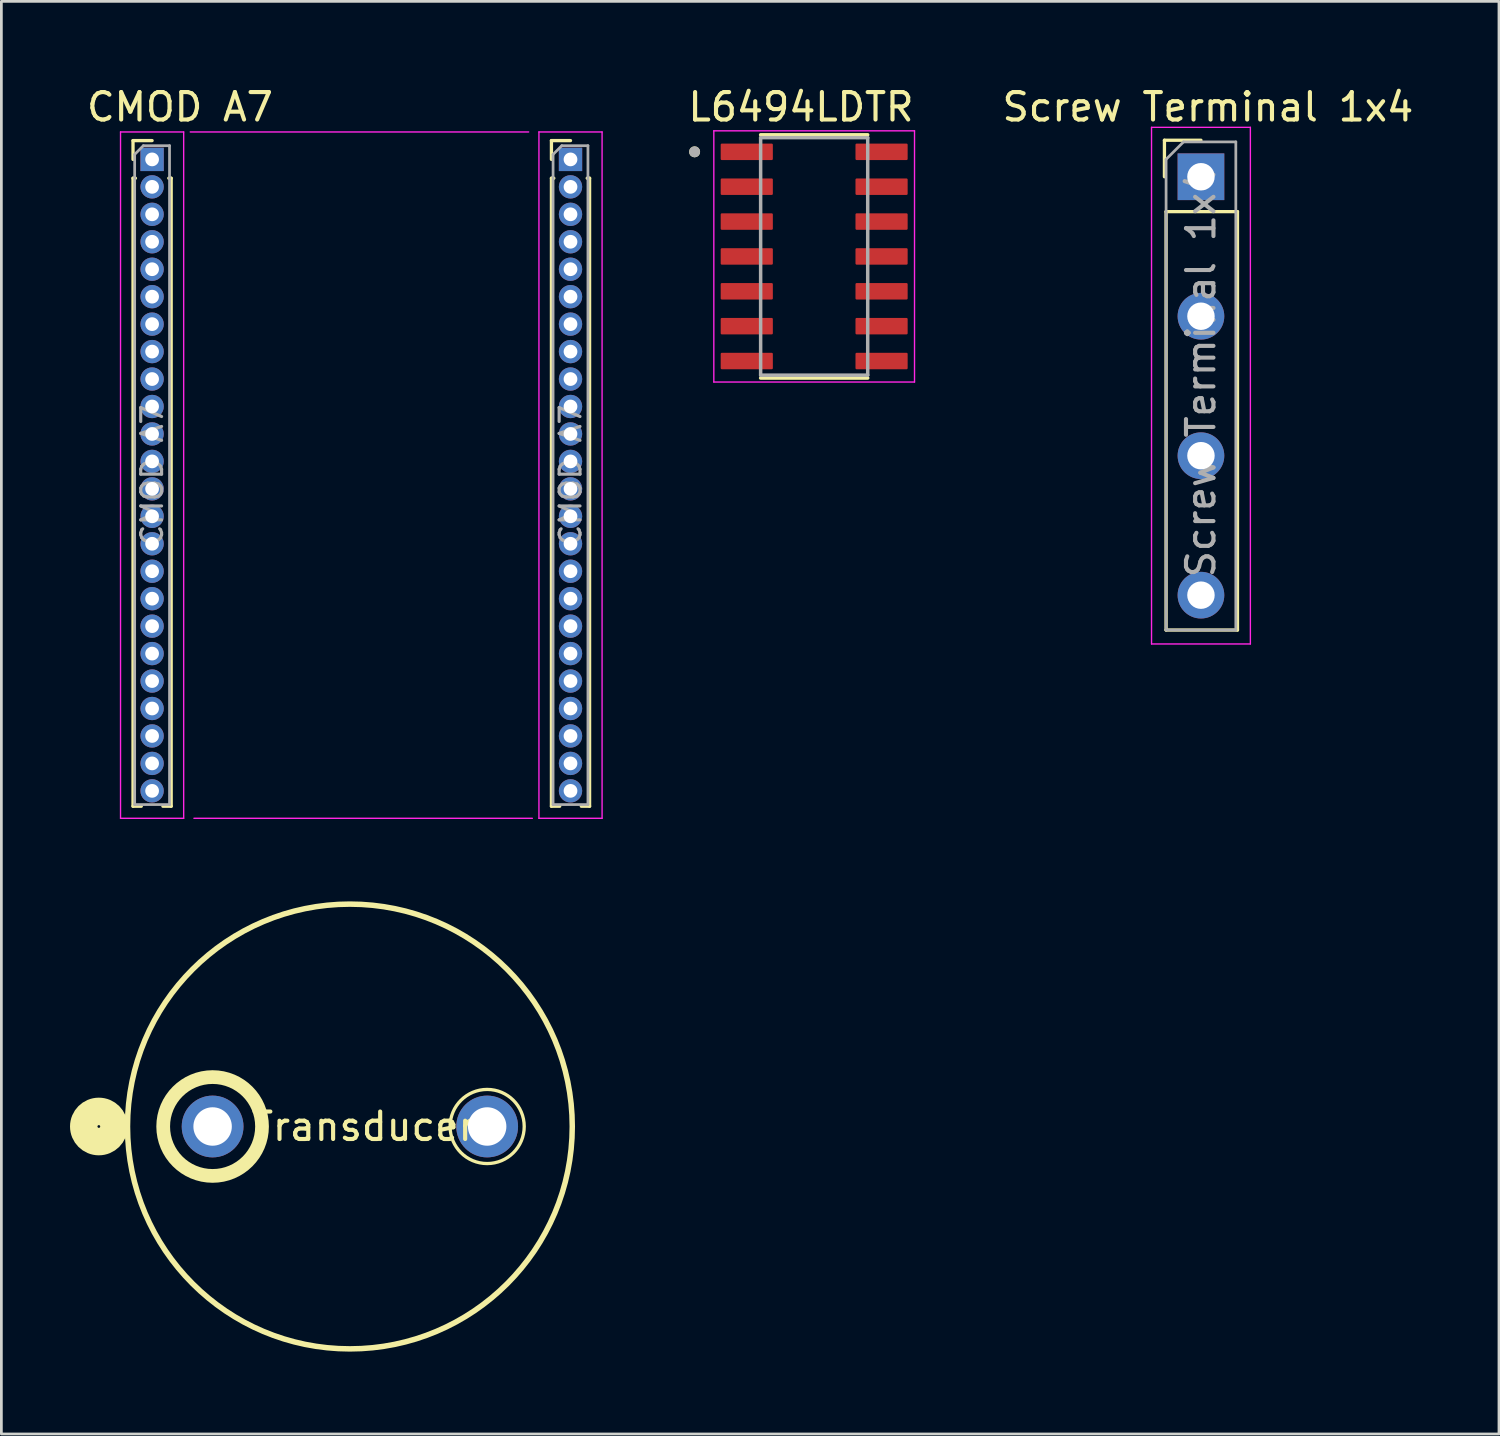
<source format=kicad_pcb>
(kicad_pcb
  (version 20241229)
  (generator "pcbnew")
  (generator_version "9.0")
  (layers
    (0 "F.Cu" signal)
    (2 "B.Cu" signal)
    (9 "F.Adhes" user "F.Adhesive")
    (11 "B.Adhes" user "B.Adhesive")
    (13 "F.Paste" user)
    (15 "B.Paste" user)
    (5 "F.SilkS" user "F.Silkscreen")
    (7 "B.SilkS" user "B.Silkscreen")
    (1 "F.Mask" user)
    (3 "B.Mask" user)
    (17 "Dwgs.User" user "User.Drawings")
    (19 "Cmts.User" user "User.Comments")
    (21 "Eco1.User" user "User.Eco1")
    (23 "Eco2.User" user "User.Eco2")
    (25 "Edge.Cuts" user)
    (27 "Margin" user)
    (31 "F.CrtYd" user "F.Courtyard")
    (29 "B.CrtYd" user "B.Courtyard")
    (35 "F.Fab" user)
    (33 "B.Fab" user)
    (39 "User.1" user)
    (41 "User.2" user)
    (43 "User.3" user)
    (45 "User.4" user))
  (footprint "Transducer"
    (layer "F.Cu")
    (at 9.694 37.981)
    (property "Reference" "Transducer" (at 0.508 0 0) (layer "F.SilkS") (effects (font (size 1 1) (thickness 0.15))))
    (attr through_hole)
    (fp_circle (center -9.144 0) (end -9.094 0) (stroke (width 1) (type solid)) (fill no) (layer "F.SilkS"))
    (fp_circle (center -5 0) (end -3.2 0) (stroke (width 0.5) (type solid)) (fill no) (layer "F.SilkS"))
    (fp_circle (center 0 0) (end 8.1 0) (stroke (width 0.2) (type solid)) (fill no) (layer "F.SilkS"))
    (fp_circle (center 5 0) (end 6.35 0) (stroke (width 0.12) (type solid)) (fill no) (layer "F.SilkS"))
    (pad "1" thru_hole circle (at -5 0) (size 2.25 2.25) (drill 1.4) (layers "*.Cu" "*.Mask"))
    (pad "2" thru_hole circle (at 5 0) (size 2.25 2.25) (drill 1.4) (layers "*.Cu" "*.Mask")))
  (footprint "Screw Terminal 1x4"
    (layer "F.Cu")
    (at 40.693 3.388)
    (property "Reference" "Screw Terminal 1x4" (at 0.254 -2.54 0) (layer "F.SilkS") (effects (font (size 1 1) (thickness 0.15))))
    (attr through_hole)
    (fp_line (start -1.33 -1.33) (end 0 -1.33) (stroke (width 0.12) (type solid)) (layer "F.SilkS"))
    (fp_line (start -1.33 0) (end -1.33 -1.33) (stroke (width 0.12) (type solid)) (layer "F.SilkS"))
    (fp_line (start -1.27 1.27) (end -1.27 16.51) (stroke (width 0.12) (type solid)) (layer "F.SilkS"))
    (fp_line (start -1.27 1.27) (end 1.33 1.27) (stroke (width 0.12) (type solid)) (layer "F.SilkS"))
    (fp_line (start -1.27 16.51) (end 1.33 16.51) (stroke (width 0.12) (type solid)) (layer "F.SilkS"))
    (fp_line (start 1.33 1.27) (end 1.33 16.51) (stroke (width 0.12) (type solid)) (layer "F.SilkS"))
    (fp_line (start -1.8 -1.8) (end -1.8 17.018) (stroke (width 0.05) (type solid)) (layer "F.CrtYd"))
    (fp_line (start -1.8 17.018) (end 1.8 17.018) (stroke (width 0.05) (type solid)) (layer "F.CrtYd"))
    (fp_line (start 1.8 -1.8) (end -1.8 -1.8) (stroke (width 0.05) (type solid)) (layer "F.CrtYd"))
    (fp_line (start 1.8 17.018) (end 1.8 -1.8) (stroke (width 0.05) (type solid)) (layer "F.CrtYd"))
    (fp_line (start -1.27 -0.635) (end -0.635 -1.27) (stroke (width 0.1) (type solid)) (layer "F.Fab"))
    (fp_line (start -1.27 16.51) (end -1.27 -0.635) (stroke (width 0.1) (type solid)) (layer "F.Fab"))
    (fp_line (start -0.635 -1.27) (end 1.27 -1.27) (stroke (width 0.1) (type solid)) (layer "F.Fab"))
    (fp_line (start 1.27 -1.27) (end 1.27 16.51) (stroke (width 0.1) (type solid)) (layer "F.Fab"))
    (fp_line (start 1.27 16.51) (end -1.27 16.51) (stroke (width 0.1) (type solid)) (layer "F.Fab"))
    (fp_text user "${REFERENCE}" (at 0 7.112 90) (layer "F.Fab") (effects (font (size 1 1) (thickness 0.15))))
    (pad "1" thru_hole rect (at 0 0) (size 1.7 1.7) (drill 1) (layers "*.Cu" "*.Mask"))
    (pad "2" thru_hole oval (at 0 5.08) (size 1.7 1.7) (drill 1) (layers "*.Cu" "*.Mask"))
    (pad "3" thru_hole oval (at 0 10.16) (size 1.7 1.7) (drill 1) (layers "*.Cu" "*.Mask"))
    (pad "4" thru_hole oval (at 0 15.24) (size 1.7 1.7) (drill 1) (layers "*.Cu" "*.Mask")))
  (footprint "L6494LDTR"
    (layer "F.Cu")
    (at 26.605 6.29)
    (property "Reference" "L6494LDTR" (at -0.48 -5.442 0) (layer "F.SilkS") (effects (font (size 1 1) (thickness 0.15))))
    (attr through_hole)
    (fp_line (start -1.95 -4.43) (end 1.95 -4.43) (stroke (width 0.127) (type solid)) (layer "F.SilkS"))
    (fp_line (start -1.95 4.43) (end 1.95 4.43) (stroke (width 0.127) (type solid)) (layer "F.SilkS"))
    (fp_circle (center -4.355 -3.81) (end -4.255 -3.81) (stroke (width 0.2) (type solid)) (fill no) (layer "F.SilkS"))
    (fp_line (start -3.655 -4.575) (end -3.655 4.575) (stroke (width 0.05) (type solid)) (layer "F.CrtYd"))
    (fp_line (start -3.655 -4.575) (end 3.655 -4.575) (stroke (width 0.05) (type solid)) (layer "F.CrtYd"))
    (fp_line (start -3.655 4.575) (end 3.655 4.575) (stroke (width 0.05) (type solid)) (layer "F.CrtYd"))
    (fp_line (start 3.655 -4.575) (end 3.655 4.575) (stroke (width 0.05) (type solid)) (layer "F.CrtYd"))
    (fp_line (start -1.95 -4.325) (end -1.95 4.325) (stroke (width 0.127) (type solid)) (layer "F.Fab"))
    (fp_line (start -1.95 -4.325) (end 1.95 -4.325) (stroke (width 0.127) (type solid)) (layer "F.Fab"))
    (fp_line (start -1.95 4.325) (end 1.95 4.325) (stroke (width 0.127) (type solid)) (layer "F.Fab"))
    (fp_line (start 1.95 -4.325) (end 1.95 4.325) (stroke (width 0.127) (type solid)) (layer "F.Fab"))
    (fp_circle (center -4.355 -3.81) (end -4.255 -3.81) (stroke (width 0.2) (type solid)) (fill no) (layer "F.Fab"))
    (pad "1" smd roundrect (at -2.455 -3.81) (size 1.9 0.6) (layers "F.Cu" "F.Mask" "F.Paste") (roundrect_rratio 0.07))
    (pad "2" smd roundrect (at -2.455 -2.54) (size 1.9 0.6) (layers "F.Cu" "F.Mask" "F.Paste") (roundrect_rratio 0.07))
    (pad "3" smd roundrect (at -2.455 -1.27) (size 1.9 0.6) (layers "F.Cu" "F.Mask" "F.Paste") (roundrect_rratio 0.07))
    (pad "4" smd roundrect (at -2.455 0) (size 1.9 0.6) (layers "F.Cu" "F.Mask" "F.Paste") (roundrect_rratio 0.07))
    (pad "5" smd roundrect (at -2.455 1.27) (size 1.9 0.6) (layers "F.Cu" "F.Mask" "F.Paste") (roundrect_rratio 0.07))
    (pad "6" smd roundrect (at -2.455 2.54) (size 1.9 0.6) (layers "F.Cu" "F.Mask" "F.Paste") (roundrect_rratio 0.07))
    (pad "7" smd roundrect (at -2.455 3.81) (size 1.9 0.6) (layers "F.Cu" "F.Mask" "F.Paste") (roundrect_rratio 0.07))
    (pad "8" smd roundrect (at 2.455 3.81) (size 1.9 0.6) (layers "F.Cu" "F.Mask" "F.Paste") (roundrect_rratio 0.07))
    (pad "9" smd roundrect (at 2.455 2.54) (size 1.9 0.6) (layers "F.Cu" "F.Mask" "F.Paste") (roundrect_rratio 0.07))
    (pad "10" smd roundrect (at 2.455 1.27) (size 1.9 0.6) (layers "F.Cu" "F.Mask" "F.Paste") (roundrect_rratio 0.07))
    (pad "11" smd roundrect (at 2.455 0) (size 1.9 0.6) (layers "F.Cu" "F.Mask" "F.Paste") (roundrect_rratio 0.07))
    (pad "12" smd roundrect (at 2.455 -1.27) (size 1.9 0.6) (layers "F.Cu" "F.Mask" "F.Paste") (roundrect_rratio 0.07))
    (pad "13" smd roundrect (at 2.455 -2.54) (size 1.9 0.6) (layers "F.Cu" "F.Mask" "F.Paste") (roundrect_rratio 0.07))
    (pad "14" smd roundrect (at 2.455 -3.81) (size 1.9 0.6) (layers "F.Cu" "F.Mask" "F.Paste") (roundrect_rratio 0.07)))
  (footprint "CMOD A7"
    (layer "F.Cu")
    (at 12.142 2.88)
    (property "Reference" "CMOD A7" (at -8.636 -2.032 0) (layer "F.SilkS") (effects (font (size 1 1) (thickness 0.15))))
    (attr through_hole)
    (fp_line (start -10.347 -0.809) (end -9.652 -0.809) (stroke (width 0.12) (type solid)) (layer "F.SilkS"))
    (fp_line (start -10.347 -0.124) (end -10.347 -0.809) (stroke (width 0.12) (type solid)) (layer "F.SilkS"))
    (fp_line (start -10.347 0.561) (end -10.347 23.436) (stroke (width 0.12) (type solid)) (layer "F.SilkS"))
    (fp_line (start -10.347 0.561) (end -10.26 0.561) (stroke (width 0.12) (type solid)) (layer "F.SilkS"))
    (fp_line (start -10.347 23.436) (end -10.046 23.436) (stroke (width 0.12) (type solid)) (layer "F.SilkS"))
    (fp_line (start -9.258 23.436) (end -8.957 23.436) (stroke (width 0.12) (type solid)) (layer "F.SilkS"))
    (fp_line (start -9.044 0.561) (end -8.957 0.561) (stroke (width 0.12) (type solid)) (layer "F.SilkS"))
    (fp_line (start -8.957 0.561) (end -8.957 23.436) (stroke (width 0.12) (type solid)) (layer "F.SilkS"))
    (fp_line (start 4.893 -0.809) (end 5.588 -0.809) (stroke (width 0.12) (type solid)) (layer "F.SilkS"))
    (fp_line (start 4.893 -0.124) (end 4.893 -0.809) (stroke (width 0.12) (type solid)) (layer "F.SilkS"))
    (fp_line (start 4.893 0.561) (end 4.893 23.436) (stroke (width 0.12) (type solid)) (layer "F.SilkS"))
    (fp_line (start 4.893 0.561) (end 4.98 0.561) (stroke (width 0.12) (type solid)) (layer "F.SilkS"))
    (fp_line (start 4.893 23.436) (end 5.194 23.436) (stroke (width 0.12) (type solid)) (layer "F.SilkS"))
    (fp_line (start 5.982 23.436) (end 6.283 23.436) (stroke (width 0.12) (type solid)) (layer "F.SilkS"))
    (fp_line (start 6.196 0.561) (end 6.283 0.561) (stroke (width 0.12) (type solid)) (layer "F.SilkS"))
    (fp_line (start 6.283 0.561) (end 6.283 23.436) (stroke (width 0.12) (type solid)) (layer "F.SilkS"))
    (fp_line (start -10.802 -1.124) (end -10.802 23.876) (stroke (width 0.05) (type solid)) (layer "F.CrtYd"))
    (fp_line (start -10.802 23.876) (end -8.502 23.876) (stroke (width 0.05) (type solid)) (layer "F.CrtYd"))
    (fp_line (start -8.502 -1.124) (end -10.802 -1.124) (stroke (width 0.05) (type solid)) (layer "F.CrtYd"))
    (fp_line (start -8.502 23.876) (end -8.502 -1.124) (stroke (width 0.05) (type solid)) (layer "F.CrtYd"))
    (fp_line (start 4.064 -1.124) (end -8.262 -1.124) (stroke (width 0.05) (type solid)) (layer "F.CrtYd"))
    (fp_line (start 4.198 23.876) (end -8.128 23.876) (stroke (width 0.05) (type solid)) (layer "F.CrtYd"))
    (fp_line (start 4.438 -1.124) (end 4.438 23.876) (stroke (width 0.05) (type solid)) (layer "F.CrtYd"))
    (fp_line (start 4.438 23.876) (end 6.738 23.876) (stroke (width 0.05) (type solid)) (layer "F.CrtYd"))
    (fp_line (start 6.738 -1.124) (end 4.438 -1.124) (stroke (width 0.05) (type solid)) (layer "F.CrtYd"))
    (fp_line (start 6.738 23.876) (end 6.738 -1.124) (stroke (width 0.05) (type solid)) (layer "F.CrtYd"))
    (fp_line (start -10.287 -0.306) (end -9.97 -0.624) (stroke (width 0.1) (type solid)) (layer "F.Fab"))
    (fp_line (start -10.287 23.376) (end -10.287 -0.306) (stroke (width 0.1) (type solid)) (layer "F.Fab"))
    (fp_line (start -9.97 -0.624) (end -9.017 -0.624) (stroke (width 0.1) (type solid)) (layer "F.Fab"))
    (fp_line (start -9.017 -0.624) (end -9.017 23.376) (stroke (width 0.1) (type solid)) (layer "F.Fab"))
    (fp_line (start -9.017 23.376) (end -10.287 23.376) (stroke (width 0.1) (type solid)) (layer "F.Fab"))
    (fp_line (start 4.953 -0.306) (end 5.271 -0.624) (stroke (width 0.1) (type solid)) (layer "F.Fab"))
    (fp_line (start 4.953 23.376) (end 4.953 -0.306) (stroke (width 0.1) (type solid)) (layer "F.Fab"))
    (fp_line (start 5.271 -0.624) (end 6.223 -0.624) (stroke (width 0.1) (type solid)) (layer "F.Fab"))
    (fp_line (start 6.223 -0.624) (end 6.223 23.376) (stroke (width 0.1) (type solid)) (layer "F.Fab"))
    (fp_line (start 6.223 23.376) (end 4.953 23.376) (stroke (width 0.1) (type solid)) (layer "F.Fab"))
    (fp_text user "${REFERENCE}" (at 5.588 11.376 90) (layer "F.Fab") (effects (font (size 0.76 0.76) (thickness 0.114))))
    (fp_text user "${REFERENCE}" (at -9.652 11.376 90) (layer "F.Fab") (effects (font (size 0.76 0.76) (thickness 0.114))))
    (pad "1" thru_hole oval (at 5.588 22.876) (size 0.85 0.85) (drill 0.5) (layers "*.Cu" "*.Mask"))
    (pad "2" thru_hole oval (at 5.588 21.876) (size 0.85 0.85) (drill 0.5) (layers "*.Cu" "*.Mask"))
    (pad "3" thru_hole oval (at 5.588 20.876) (size 0.85 0.85) (drill 0.5) (layers "*.Cu" "*.Mask"))
    (pad "4" thru_hole oval (at 5.588 19.876) (size 0.85 0.85) (drill 0.5) (layers "*.Cu" "*.Mask"))
    (pad "5" thru_hole oval (at 5.588 18.876) (size 0.85 0.85) (drill 0.5) (layers "*.Cu" "*.Mask"))
    (pad "6" thru_hole oval (at 5.588 17.876) (size 0.85 0.85) (drill 0.5) (layers "*.Cu" "*.Mask"))
    (pad "7" thru_hole oval (at 5.588 16.876) (size 0.85 0.85) (drill 0.5) (layers "*.Cu" "*.Mask"))
    (pad "8" thru_hole oval (at 5.588 15.876) (size 0.85 0.85) (drill 0.5) (layers "*.Cu" "*.Mask"))
    (pad "9" thru_hole oval (at 5.588 14.876) (size 0.85 0.85) (drill 0.5) (layers "*.Cu" "*.Mask"))
    (pad "10" thru_hole oval (at 5.588 13.876) (size 0.85 0.85) (drill 0.5) (layers "*.Cu" "*.Mask"))
    (pad "11" thru_hole oval (at 5.588 12.876) (size 0.85 0.85) (drill 0.5) (layers "*.Cu" "*.Mask"))
    (pad "12" thru_hole oval (at 5.588 11.876) (size 0.85 0.85) (drill 0.5) (layers "*.Cu" "*.Mask"))
    (pad "13" thru_hole oval (at 5.588 10.876) (size 0.85 0.85) (drill 0.5) (layers "*.Cu" "*.Mask"))
    (pad "14" thru_hole oval (at 5.588 9.876) (size 0.85 0.85) (drill 0.5) (layers "*.Cu" "*.Mask"))
    (pad "15" thru_hole oval (at 5.588 8.876) (size 0.85 0.85) (drill 0.5) (layers "*.Cu" "*.Mask"))
    (pad "16" thru_hole oval (at 5.588 7.876) (size 0.85 0.85) (drill 0.5) (layers "*.Cu" "*.Mask"))
    (pad "17" thru_hole oval (at 5.588 6.876) (size 0.85 0.85) (drill 0.5) (layers "*.Cu" "*.Mask"))
    (pad "18" thru_hole oval (at 5.588 5.876) (size 0.85 0.85) (drill 0.5) (layers "*.Cu" "*.Mask"))
    (pad "19" thru_hole oval (at 5.588 4.876) (size 0.85 0.85) (drill 0.5) (layers "*.Cu" "*.Mask"))
    (pad "20" thru_hole oval (at 5.588 3.876) (size 0.85 0.85) (drill 0.5) (layers "*.Cu" "*.Mask"))
    (pad "21" thru_hole oval (at 5.588 2.876) (size 0.85 0.85) (drill 0.5) (layers "*.Cu" "*.Mask"))
    (pad "22" thru_hole oval (at 5.588 1.876) (size 0.85 0.85) (drill 0.5) (layers "*.Cu" "*.Mask"))
    (pad "23" thru_hole oval (at 5.588 0.876) (size 0.85 0.85) (drill 0.5) (layers "*.Cu" "*.Mask"))
    (pad "24" thru_hole rect (at 5.588 -0.124) (size 0.85 0.85) (drill 0.5) (layers "*.Cu" "*.Mask"))
    (pad "25" thru_hole rect (at -9.652 -0.124) (size 0.85 0.85) (drill 0.5) (layers "*.Cu" "*.Mask"))
    (pad "26" thru_hole oval (at -9.652 0.876) (size 0.85 0.85) (drill 0.5) (layers "*.Cu" "*.Mask"))
    (pad "27" thru_hole oval (at -9.652 1.876) (size 0.85 0.85) (drill 0.5) (layers "*.Cu" "*.Mask"))
    (pad "28" thru_hole oval (at -9.652 2.876) (size 0.85 0.85) (drill 0.5) (layers "*.Cu" "*.Mask"))
    (pad "29" thru_hole oval (at -9.652 3.876) (size 0.85 0.85) (drill 0.5) (layers "*.Cu" "*.Mask"))
    (pad "30" thru_hole oval (at -9.652 4.876) (size 0.85 0.85) (drill 0.5) (layers "*.Cu" "*.Mask"))
    (pad "31" thru_hole oval (at -9.652 5.876) (size 0.85 0.85) (drill 0.5) (layers "*.Cu" "*.Mask"))
    (pad "32" thru_hole oval (at -9.652 6.876) (size 0.85 0.85) (drill 0.5) (layers "*.Cu" "*.Mask"))
    (pad "33" thru_hole oval (at -9.652 7.876) (size 0.85 0.85) (drill 0.5) (layers "*.Cu" "*.Mask"))
    (pad "34" thru_hole oval (at -9.652 8.876) (size 0.85 0.85) (drill 0.5) (layers "*.Cu" "*.Mask"))
    (pad "35" thru_hole oval (at -9.652 9.876) (size 0.85 0.85) (drill 0.5) (layers "*.Cu" "*.Mask"))
    (pad "36" thru_hole oval (at -9.652 10.876) (size 0.85 0.85) (drill 0.5) (layers "*.Cu" "*.Mask"))
    (pad "37" thru_hole oval (at -9.652 11.876) (size 0.85 0.85) (drill 0.5) (layers "*.Cu" "*.Mask"))
    (pad "38" thru_hole oval (at -9.652 12.876) (size 0.85 0.85) (drill 0.5) (layers "*.Cu" "*.Mask"))
    (pad "39" thru_hole oval (at -9.652 13.876) (size 0.85 0.85) (drill 0.5) (layers "*.Cu" "*.Mask"))
    (pad "40" thru_hole oval (at -9.652 14.876) (size 0.85 0.85) (drill 0.5) (layers "*.Cu" "*.Mask"))
    (pad "41" thru_hole oval (at -9.652 15.876) (size 0.85 0.85) (drill 0.5) (layers "*.Cu" "*.Mask"))
    (pad "42" thru_hole oval (at -9.652 16.876) (size 0.85 0.85) (drill 0.5) (layers "*.Cu" "*.Mask"))
    (pad "43" thru_hole oval (at -9.652 17.876) (size 0.85 0.85) (drill 0.5) (layers "*.Cu" "*.Mask"))
    (pad "44" thru_hole oval (at -9.652 18.876) (size 0.85 0.85) (drill 0.5) (layers "*.Cu" "*.Mask"))
    (pad "45" thru_hole oval (at -9.652 19.876) (size 0.85 0.85) (drill 0.5) (layers "*.Cu" "*.Mask"))
    (pad "46" thru_hole oval (at -9.652 20.876) (size 0.85 0.85) (drill 0.5) (layers "*.Cu" "*.Mask"))
    (pad "47" thru_hole oval (at -9.652 21.876) (size 0.85 0.85) (drill 0.5) (layers "*.Cu" "*.Mask"))
    (pad "48" thru_hole oval (at -9.652 22.876) (size 0.85 0.85) (drill 0.5) (layers "*.Cu" "*.Mask")))
  (gr_rect
    (start -3 -3)
    (end 51.548 49.181)
    (stroke (width 0.1) (type default))
    (fill no)
    (layer "Edge.Cuts")))
</source>
